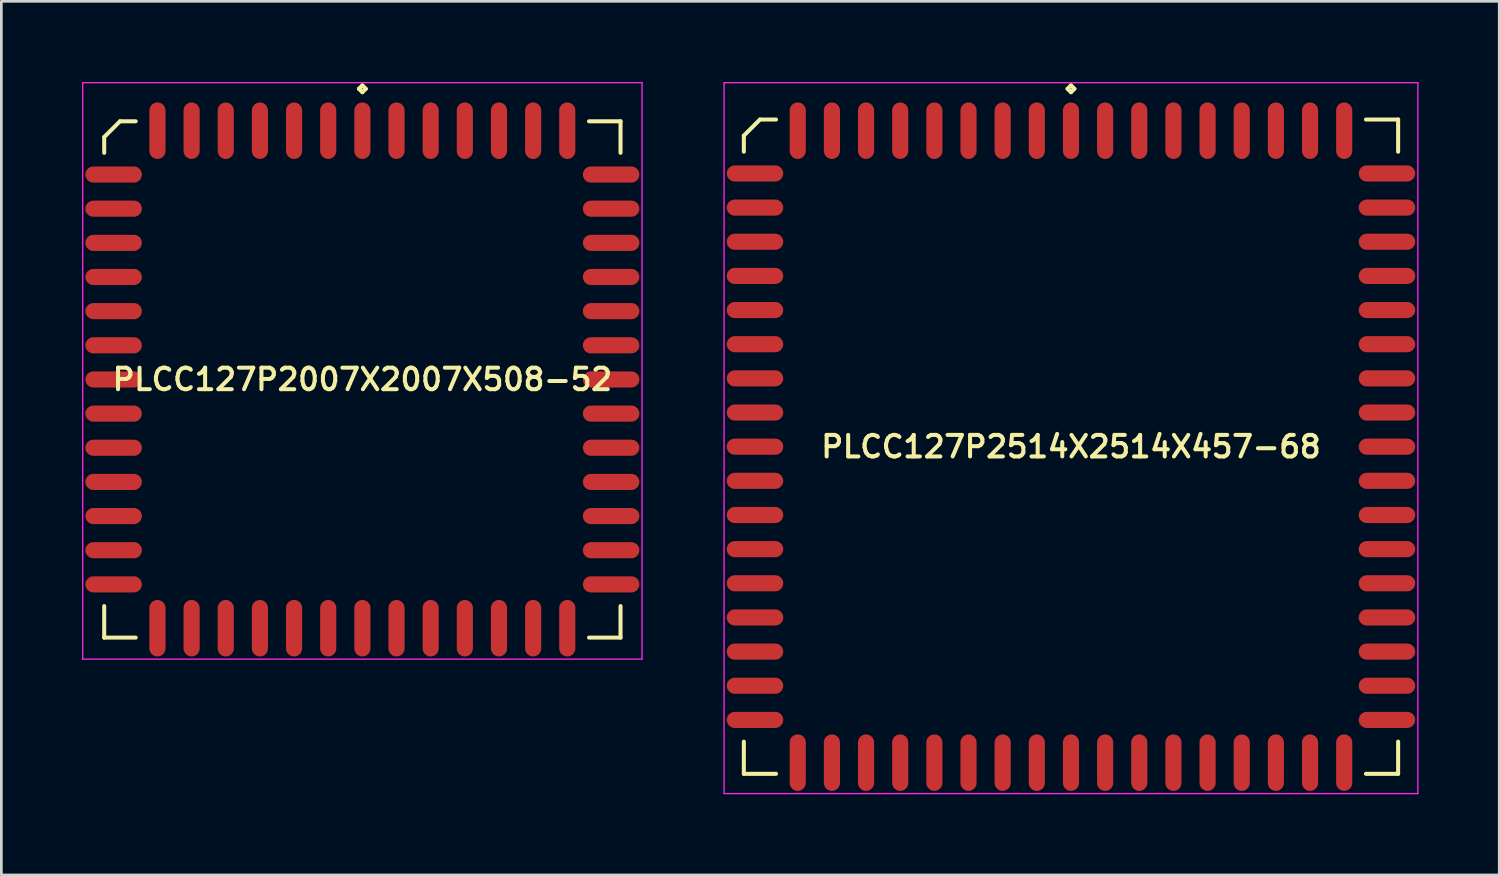
<source format=kicad_pcb>
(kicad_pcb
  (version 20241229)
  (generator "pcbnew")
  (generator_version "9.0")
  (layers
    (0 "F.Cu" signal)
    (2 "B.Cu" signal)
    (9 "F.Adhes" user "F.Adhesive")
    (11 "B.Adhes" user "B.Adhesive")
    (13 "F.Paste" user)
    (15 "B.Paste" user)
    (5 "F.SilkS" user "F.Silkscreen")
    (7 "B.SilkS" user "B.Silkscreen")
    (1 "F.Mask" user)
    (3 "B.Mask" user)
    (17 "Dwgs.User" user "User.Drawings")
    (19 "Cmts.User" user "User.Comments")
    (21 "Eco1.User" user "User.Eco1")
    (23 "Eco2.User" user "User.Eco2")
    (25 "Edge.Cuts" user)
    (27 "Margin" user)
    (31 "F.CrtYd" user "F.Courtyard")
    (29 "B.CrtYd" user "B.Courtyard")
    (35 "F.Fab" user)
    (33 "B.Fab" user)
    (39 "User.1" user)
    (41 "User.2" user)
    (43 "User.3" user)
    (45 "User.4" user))
  (footprint "PLCC127P2514X2514X457-68"
    (layer "F.Cu")
    (at 36.775 13.56)
    (property "Reference" "PLCC127P2514X2514X457-68" (at 0 0 0) (layer "F.SilkS") (effects (font (size 0.8 0.8) (thickness 0.15))))
    (attr smd)
    (fp_line (start -12.165 -11.566) (end -11.566 -12.165) (stroke (width 0.15) (type solid)) (layer "F.SilkS"))
    (fp_line (start -12.165 -10.968) (end -12.165 -11.566) (stroke (width 0.15) (type solid)) (layer "F.SilkS"))
    (fp_line (start -12.165 10.968) (end -12.165 12.165) (stroke (width 0.15) (type solid)) (layer "F.SilkS"))
    (fp_line (start -12.165 12.165) (end -10.968 12.165) (stroke (width 0.15) (type solid)) (layer "F.SilkS"))
    (fp_line (start -11.566 -12.165) (end -10.968 -12.165) (stroke (width 0.15) (type solid)) (layer "F.SilkS"))
    (fp_line (start -0.127 -13.308) (end 0 -13.435) (stroke (width 0.15) (type solid)) (layer "F.SilkS"))
    (fp_line (start 0 -13.435) (end 0.127 -13.308) (stroke (width 0.15) (type solid)) (layer "F.SilkS"))
    (fp_line (start 0 -13.181) (end -0.127 -13.308) (stroke (width 0.15) (type solid)) (layer "F.SilkS"))
    (fp_line (start 0.127 -13.308) (end 0 -13.181) (stroke (width 0.15) (type solid)) (layer "F.SilkS"))
    (fp_line (start 12.165 -12.165) (end 10.968 -12.165) (stroke (width 0.15) (type solid)) (layer "F.SilkS"))
    (fp_line (start 12.165 -10.968) (end 12.165 -12.165) (stroke (width 0.15) (type solid)) (layer "F.SilkS"))
    (fp_line (start 12.165 10.968) (end 12.165 12.165) (stroke (width 0.15) (type solid)) (layer "F.SilkS"))
    (fp_line (start 12.165 12.165) (end 10.968 12.165) (stroke (width 0.15) (type solid)) (layer "F.SilkS"))
    (fp_line (start -12.9 -13.535) (end 12.9 -13.535) (stroke (width 0.05) (type solid)) (layer "F.CrtYd"))
    (fp_line (start -12.9 12.9) (end -12.9 -13.535) (stroke (width 0.05) (type solid)) (layer "F.CrtYd"))
    (fp_line (start 12.9 -13.535) (end 12.9 12.9) (stroke (width 0.05) (type solid)) (layer "F.CrtYd"))
    (fp_line (start 12.9 12.9) (end -12.9 12.9) (stroke (width 0.05) (type solid)) (layer "F.CrtYd"))
    (pad "1" smd oval (at 0 -11.75) (size 0.6 2.1) (layers "F.Cu" "F.Mask" "F.Paste"))
    (pad "2" smd oval (at -1.27 -11.75) (size 0.6 2.1) (layers "F.Cu" "F.Mask" "F.Paste"))
    (pad "3" smd oval (at -2.54 -11.75) (size 0.6 2.1) (layers "F.Cu" "F.Mask" "F.Paste"))
    (pad "4" smd oval (at -3.81 -11.75) (size 0.6 2.1) (layers "F.Cu" "F.Mask" "F.Paste"))
    (pad "5" smd oval (at -5.08 -11.75) (size 0.6 2.1) (layers "F.Cu" "F.Mask" "F.Paste"))
    (pad "6" smd oval (at -6.35 -11.75) (size 0.6 2.1) (layers "F.Cu" "F.Mask" "F.Paste"))
    (pad "7" smd oval (at -7.62 -11.75) (size 0.6 2.1) (layers "F.Cu" "F.Mask" "F.Paste"))
    (pad "8" smd oval (at -8.89 -11.75) (size 0.6 2.1) (layers "F.Cu" "F.Mask" "F.Paste"))
    (pad "9" smd oval (at -10.16 -11.75) (size 0.6 2.1) (layers "F.Cu" "F.Mask" "F.Paste"))
    (pad "10" smd oval (at -11.75 -10.16) (size 2.1 0.6) (layers "F.Cu" "F.Mask" "F.Paste"))
    (pad "11" smd oval (at -11.75 -8.89) (size 2.1 0.6) (layers "F.Cu" "F.Mask" "F.Paste"))
    (pad "12" smd oval (at -11.75 -7.62) (size 2.1 0.6) (layers "F.Cu" "F.Mask" "F.Paste"))
    (pad "13" smd oval (at -11.75 -6.35) (size 2.1 0.6) (layers "F.Cu" "F.Mask" "F.Paste"))
    (pad "14" smd oval (at -11.75 -5.08) (size 2.1 0.6) (layers "F.Cu" "F.Mask" "F.Paste"))
    (pad "15" smd oval (at -11.75 -3.81) (size 2.1 0.6) (layers "F.Cu" "F.Mask" "F.Paste"))
    (pad "16" smd oval (at -11.75 -2.54) (size 2.1 0.6) (layers "F.Cu" "F.Mask" "F.Paste"))
    (pad "17" smd oval (at -11.75 -1.27) (size 2.1 0.6) (layers "F.Cu" "F.Mask" "F.Paste"))
    (pad "18" smd oval (at -11.75 0) (size 2.1 0.6) (layers "F.Cu" "F.Mask" "F.Paste"))
    (pad "19" smd oval (at -11.75 1.27) (size 2.1 0.6) (layers "F.Cu" "F.Mask" "F.Paste"))
    (pad "20" smd oval (at -11.75 2.54) (size 2.1 0.6) (layers "F.Cu" "F.Mask" "F.Paste"))
    (pad "21" smd oval (at -11.75 3.81) (size 2.1 0.6) (layers "F.Cu" "F.Mask" "F.Paste"))
    (pad "22" smd oval (at -11.75 5.08) (size 2.1 0.6) (layers "F.Cu" "F.Mask" "F.Paste"))
    (pad "23" smd oval (at -11.75 6.35) (size 2.1 0.6) (layers "F.Cu" "F.Mask" "F.Paste"))
    (pad "24" smd oval (at -11.75 7.62) (size 2.1 0.6) (layers "F.Cu" "F.Mask" "F.Paste"))
    (pad "25" smd oval (at -11.75 8.89) (size 2.1 0.6) (layers "F.Cu" "F.Mask" "F.Paste"))
    (pad "26" smd oval (at -11.75 10.16) (size 2.1 0.6) (layers "F.Cu" "F.Mask" "F.Paste"))
    (pad "27" smd oval (at -10.16 11.75) (size 0.6 2.1) (layers "F.Cu" "F.Mask" "F.Paste"))
    (pad "28" smd oval (at -8.89 11.75) (size 0.6 2.1) (layers "F.Cu" "F.Mask" "F.Paste"))
    (pad "29" smd oval (at -7.62 11.75) (size 0.6 2.1) (layers "F.Cu" "F.Mask" "F.Paste"))
    (pad "30" smd oval (at -6.35 11.75) (size 0.6 2.1) (layers "F.Cu" "F.Mask" "F.Paste"))
    (pad "31" smd oval (at -5.08 11.75) (size 0.6 2.1) (layers "F.Cu" "F.Mask" "F.Paste"))
    (pad "32" smd oval (at -3.81 11.75) (size 0.6 2.1) (layers "F.Cu" "F.Mask" "F.Paste"))
    (pad "33" smd oval (at -2.54 11.75) (size 0.6 2.1) (layers "F.Cu" "F.Mask" "F.Paste"))
    (pad "34" smd oval (at -1.27 11.75) (size 0.6 2.1) (layers "F.Cu" "F.Mask" "F.Paste"))
    (pad "35" smd oval (at 0 11.75) (size 0.6 2.1) (layers "F.Cu" "F.Mask" "F.Paste"))
    (pad "36" smd oval (at 1.27 11.75) (size 0.6 2.1) (layers "F.Cu" "F.Mask" "F.Paste"))
    (pad "37" smd oval (at 2.54 11.75) (size 0.6 2.1) (layers "F.Cu" "F.Mask" "F.Paste"))
    (pad "38" smd oval (at 3.81 11.75) (size 0.6 2.1) (layers "F.Cu" "F.Mask" "F.Paste"))
    (pad "39" smd oval (at 5.08 11.75) (size 0.6 2.1) (layers "F.Cu" "F.Mask" "F.Paste"))
    (pad "40" smd oval (at 6.35 11.75) (size 0.6 2.1) (layers "F.Cu" "F.Mask" "F.Paste"))
    (pad "41" smd oval (at 7.62 11.75) (size 0.6 2.1) (layers "F.Cu" "F.Mask" "F.Paste"))
    (pad "42" smd oval (at 8.89 11.75) (size 0.6 2.1) (layers "F.Cu" "F.Mask" "F.Paste"))
    (pad "43" smd oval (at 10.16 11.75) (size 0.6 2.1) (layers "F.Cu" "F.Mask" "F.Paste"))
    (pad "44" smd oval (at 11.75 10.16) (size 2.1 0.6) (layers "F.Cu" "F.Mask" "F.Paste"))
    (pad "45" smd oval (at 11.75 8.89) (size 2.1 0.6) (layers "F.Cu" "F.Mask" "F.Paste"))
    (pad "46" smd oval (at 11.75 7.62) (size 2.1 0.6) (layers "F.Cu" "F.Mask" "F.Paste"))
    (pad "47" smd oval (at 11.75 6.35) (size 2.1 0.6) (layers "F.Cu" "F.Mask" "F.Paste"))
    (pad "48" smd oval (at 11.75 5.08) (size 2.1 0.6) (layers "F.Cu" "F.Mask" "F.Paste"))
    (pad "49" smd oval (at 11.75 3.81) (size 2.1 0.6) (layers "F.Cu" "F.Mask" "F.Paste"))
    (pad "50" smd oval (at 11.75 2.54) (size 2.1 0.6) (layers "F.Cu" "F.Mask" "F.Paste"))
    (pad "51" smd oval (at 11.75 1.27) (size 2.1 0.6) (layers "F.Cu" "F.Mask" "F.Paste"))
    (pad "52" smd oval (at 11.75 0) (size 2.1 0.6) (layers "F.Cu" "F.Mask" "F.Paste"))
    (pad "53" smd oval (at 11.75 -1.27) (size 2.1 0.6) (layers "F.Cu" "F.Mask" "F.Paste"))
    (pad "54" smd oval (at 11.75 -2.54) (size 2.1 0.6) (layers "F.Cu" "F.Mask" "F.Paste"))
    (pad "55" smd oval (at 11.75 -3.81) (size 2.1 0.6) (layers "F.Cu" "F.Mask" "F.Paste"))
    (pad "56" smd oval (at 11.75 -5.08) (size 2.1 0.6) (layers "F.Cu" "F.Mask" "F.Paste"))
    (pad "57" smd oval (at 11.75 -6.35) (size 2.1 0.6) (layers "F.Cu" "F.Mask" "F.Paste"))
    (pad "58" smd oval (at 11.75 -7.62) (size 2.1 0.6) (layers "F.Cu" "F.Mask" "F.Paste"))
    (pad "59" smd oval (at 11.75 -8.89) (size 2.1 0.6) (layers "F.Cu" "F.Mask" "F.Paste"))
    (pad "60" smd oval (at 11.75 -10.16) (size 2.1 0.6) (layers "F.Cu" "F.Mask" "F.Paste"))
    (pad "61" smd oval (at 10.16 -11.75) (size 0.6 2.1) (layers "F.Cu" "F.Mask" "F.Paste"))
    (pad "62" smd oval (at 8.89 -11.75) (size 0.6 2.1) (layers "F.Cu" "F.Mask" "F.Paste"))
    (pad "63" smd oval (at 7.62 -11.75) (size 0.6 2.1) (layers "F.Cu" "F.Mask" "F.Paste"))
    (pad "64" smd oval (at 6.35 -11.75) (size 0.6 2.1) (layers "F.Cu" "F.Mask" "F.Paste"))
    (pad "65" smd oval (at 5.08 -11.75) (size 0.6 2.1) (layers "F.Cu" "F.Mask" "F.Paste"))
    (pad "66" smd oval (at 3.81 -11.75) (size 0.6 2.1) (layers "F.Cu" "F.Mask" "F.Paste"))
    (pad "67" smd oval (at 2.54 -11.75) (size 0.6 2.1) (layers "F.Cu" "F.Mask" "F.Paste"))
    (pad "68" smd oval (at 1.27 -11.75) (size 0.6 2.1) (layers "F.Cu" "F.Mask" "F.Paste")))
  (footprint "PLCC127P2007X2007X508-52"
    (layer "F.Cu")
    (at 10.425 11.06)
    (property "Reference" "PLCC127P2007X2007X508-52" (at 0 0 0) (layer "F.SilkS") (effects (font (size 0.8 0.8) (thickness 0.15))))
    (attr smd)
    (fp_line (start -9.6 -9.014) (end -9.014 -9.6) (stroke (width 0.15) (type solid)) (layer "F.SilkS"))
    (fp_line (start -9.6 -8.428) (end -9.6 -9.014) (stroke (width 0.15) (type solid)) (layer "F.SilkS"))
    (fp_line (start -9.6 8.428) (end -9.6 9.6) (stroke (width 0.15) (type solid)) (layer "F.SilkS"))
    (fp_line (start -9.6 9.6) (end -8.428 9.6) (stroke (width 0.15) (type solid)) (layer "F.SilkS"))
    (fp_line (start -9.014 -9.6) (end -8.428 -9.6) (stroke (width 0.15) (type solid)) (layer "F.SilkS"))
    (fp_line (start -0.127 -10.808) (end 0 -10.935) (stroke (width 0.15) (type solid)) (layer "F.SilkS"))
    (fp_line (start 0 -10.935) (end 0.127 -10.808) (stroke (width 0.15) (type solid)) (layer "F.SilkS"))
    (fp_line (start 0 -10.681) (end -0.127 -10.808) (stroke (width 0.15) (type solid)) (layer "F.SilkS"))
    (fp_line (start 0.127 -10.808) (end 0 -10.681) (stroke (width 0.15) (type solid)) (layer "F.SilkS"))
    (fp_line (start 9.6 -9.6) (end 8.428 -9.6) (stroke (width 0.15) (type solid)) (layer "F.SilkS"))
    (fp_line (start 9.6 -8.428) (end 9.6 -9.6) (stroke (width 0.15) (type solid)) (layer "F.SilkS"))
    (fp_line (start 9.6 8.428) (end 9.6 9.6) (stroke (width 0.15) (type solid)) (layer "F.SilkS"))
    (fp_line (start 9.6 9.6) (end 8.428 9.6) (stroke (width 0.15) (type solid)) (layer "F.SilkS"))
    (fp_line (start -10.4 -11.035) (end 10.4 -11.035) (stroke (width 0.05) (type solid)) (layer "F.CrtYd"))
    (fp_line (start -10.4 10.4) (end -10.4 -11.035) (stroke (width 0.05) (type solid)) (layer "F.CrtYd"))
    (fp_line (start 10.4 -11.035) (end 10.4 10.4) (stroke (width 0.05) (type solid)) (layer "F.CrtYd"))
    (fp_line (start 10.4 10.4) (end -10.4 10.4) (stroke (width 0.05) (type solid)) (layer "F.CrtYd"))
    (pad "1" smd oval (at 0 -9.25) (size 0.6 2.1) (layers "F.Cu" "F.Mask" "F.Paste"))
    (pad "2" smd oval (at -1.27 -9.25) (size 0.6 2.1) (layers "F.Cu" "F.Mask" "F.Paste"))
    (pad "3" smd oval (at -2.54 -9.25) (size 0.6 2.1) (layers "F.Cu" "F.Mask" "F.Paste"))
    (pad "4" smd oval (at -3.81 -9.25) (size 0.6 2.1) (layers "F.Cu" "F.Mask" "F.Paste"))
    (pad "5" smd oval (at -5.08 -9.25) (size 0.6 2.1) (layers "F.Cu" "F.Mask" "F.Paste"))
    (pad "6" smd oval (at -6.35 -9.25) (size 0.6 2.1) (layers "F.Cu" "F.Mask" "F.Paste"))
    (pad "7" smd oval (at -7.62 -9.25) (size 0.6 2.1) (layers "F.Cu" "F.Mask" "F.Paste"))
    (pad "8" smd oval (at -9.25 -7.62) (size 2.1 0.6) (layers "F.Cu" "F.Mask" "F.Paste"))
    (pad "9" smd oval (at -9.25 -6.35) (size 2.1 0.6) (layers "F.Cu" "F.Mask" "F.Paste"))
    (pad "10" smd oval (at -9.25 -5.08) (size 2.1 0.6) (layers "F.Cu" "F.Mask" "F.Paste"))
    (pad "11" smd oval (at -9.25 -3.81) (size 2.1 0.6) (layers "F.Cu" "F.Mask" "F.Paste"))
    (pad "12" smd oval (at -9.25 -2.54) (size 2.1 0.6) (layers "F.Cu" "F.Mask" "F.Paste"))
    (pad "13" smd oval (at -9.25 -1.27) (size 2.1 0.6) (layers "F.Cu" "F.Mask" "F.Paste"))
    (pad "14" smd oval (at -9.25 0) (size 2.1 0.6) (layers "F.Cu" "F.Mask" "F.Paste"))
    (pad "15" smd oval (at -9.25 1.27) (size 2.1 0.6) (layers "F.Cu" "F.Mask" "F.Paste"))
    (pad "16" smd oval (at -9.25 2.54) (size 2.1 0.6) (layers "F.Cu" "F.Mask" "F.Paste"))
    (pad "17" smd oval (at -9.25 3.81) (size 2.1 0.6) (layers "F.Cu" "F.Mask" "F.Paste"))
    (pad "18" smd oval (at -9.25 5.08) (size 2.1 0.6) (layers "F.Cu" "F.Mask" "F.Paste"))
    (pad "19" smd oval (at -9.25 6.35) (size 2.1 0.6) (layers "F.Cu" "F.Mask" "F.Paste"))
    (pad "20" smd oval (at -9.25 7.62) (size 2.1 0.6) (layers "F.Cu" "F.Mask" "F.Paste"))
    (pad "21" smd oval (at -7.62 9.25) (size 0.6 2.1) (layers "F.Cu" "F.Mask" "F.Paste"))
    (pad "22" smd oval (at -6.35 9.25) (size 0.6 2.1) (layers "F.Cu" "F.Mask" "F.Paste"))
    (pad "23" smd oval (at -5.08 9.25) (size 0.6 2.1) (layers "F.Cu" "F.Mask" "F.Paste"))
    (pad "24" smd oval (at -3.81 9.25) (size 0.6 2.1) (layers "F.Cu" "F.Mask" "F.Paste"))
    (pad "25" smd oval (at -2.54 9.25) (size 0.6 2.1) (layers "F.Cu" "F.Mask" "F.Paste"))
    (pad "26" smd oval (at -1.27 9.25) (size 0.6 2.1) (layers "F.Cu" "F.Mask" "F.Paste"))
    (pad "27" smd oval (at 0 9.25) (size 0.6 2.1) (layers "F.Cu" "F.Mask" "F.Paste"))
    (pad "28" smd oval (at 1.27 9.25) (size 0.6 2.1) (layers "F.Cu" "F.Mask" "F.Paste"))
    (pad "29" smd oval (at 2.54 9.25) (size 0.6 2.1) (layers "F.Cu" "F.Mask" "F.Paste"))
    (pad "30" smd oval (at 3.81 9.25) (size 0.6 2.1) (layers "F.Cu" "F.Mask" "F.Paste"))
    (pad "31" smd oval (at 5.08 9.25) (size 0.6 2.1) (layers "F.Cu" "F.Mask" "F.Paste"))
    (pad "32" smd oval (at 6.35 9.25) (size 0.6 2.1) (layers "F.Cu" "F.Mask" "F.Paste"))
    (pad "33" smd oval (at 7.62 9.25) (size 0.6 2.1) (layers "F.Cu" "F.Mask" "F.Paste"))
    (pad "34" smd oval (at 9.25 7.62) (size 2.1 0.6) (layers "F.Cu" "F.Mask" "F.Paste"))
    (pad "35" smd oval (at 9.25 6.35) (size 2.1 0.6) (layers "F.Cu" "F.Mask" "F.Paste"))
    (pad "36" smd oval (at 9.25 5.08) (size 2.1 0.6) (layers "F.Cu" "F.Mask" "F.Paste"))
    (pad "37" smd oval (at 9.25 3.81) (size 2.1 0.6) (layers "F.Cu" "F.Mask" "F.Paste"))
    (pad "38" smd oval (at 9.25 2.54) (size 2.1 0.6) (layers "F.Cu" "F.Mask" "F.Paste"))
    (pad "39" smd oval (at 9.25 1.27) (size 2.1 0.6) (layers "F.Cu" "F.Mask" "F.Paste"))
    (pad "40" smd oval (at 9.25 0) (size 2.1 0.6) (layers "F.Cu" "F.Mask" "F.Paste"))
    (pad "41" smd oval (at 9.25 -1.27) (size 2.1 0.6) (layers "F.Cu" "F.Mask" "F.Paste"))
    (pad "42" smd oval (at 9.25 -2.54) (size 2.1 0.6) (layers "F.Cu" "F.Mask" "F.Paste"))
    (pad "43" smd oval (at 9.25 -3.81) (size 2.1 0.6) (layers "F.Cu" "F.Mask" "F.Paste"))
    (pad "44" smd oval (at 9.25 -5.08) (size 2.1 0.6) (layers "F.Cu" "F.Mask" "F.Paste"))
    (pad "45" smd oval (at 9.25 -6.35) (size 2.1 0.6) (layers "F.Cu" "F.Mask" "F.Paste"))
    (pad "46" smd oval (at 9.25 -7.62) (size 2.1 0.6) (layers "F.Cu" "F.Mask" "F.Paste"))
    (pad "47" smd oval (at 7.62 -9.25) (size 0.6 2.1) (layers "F.Cu" "F.Mask" "F.Paste"))
    (pad "48" smd oval (at 6.35 -9.25) (size 0.6 2.1) (layers "F.Cu" "F.Mask" "F.Paste"))
    (pad "49" smd oval (at 5.08 -9.25) (size 0.6 2.1) (layers "F.Cu" "F.Mask" "F.Paste"))
    (pad "50" smd oval (at 3.81 -9.25) (size 0.6 2.1) (layers "F.Cu" "F.Mask" "F.Paste"))
    (pad "51" smd oval (at 2.54 -9.25) (size 0.6 2.1) (layers "F.Cu" "F.Mask" "F.Paste"))
    (pad "52" smd oval (at 1.27 -9.25) (size 0.6 2.1) (layers "F.Cu" "F.Mask" "F.Paste")))
  (gr_rect
    (start -3 -3)
    (end 52.7 29.485)
    (stroke (width 0.1) (type default))
    (fill no)
    (layer "Edge.Cuts")))
</source>
